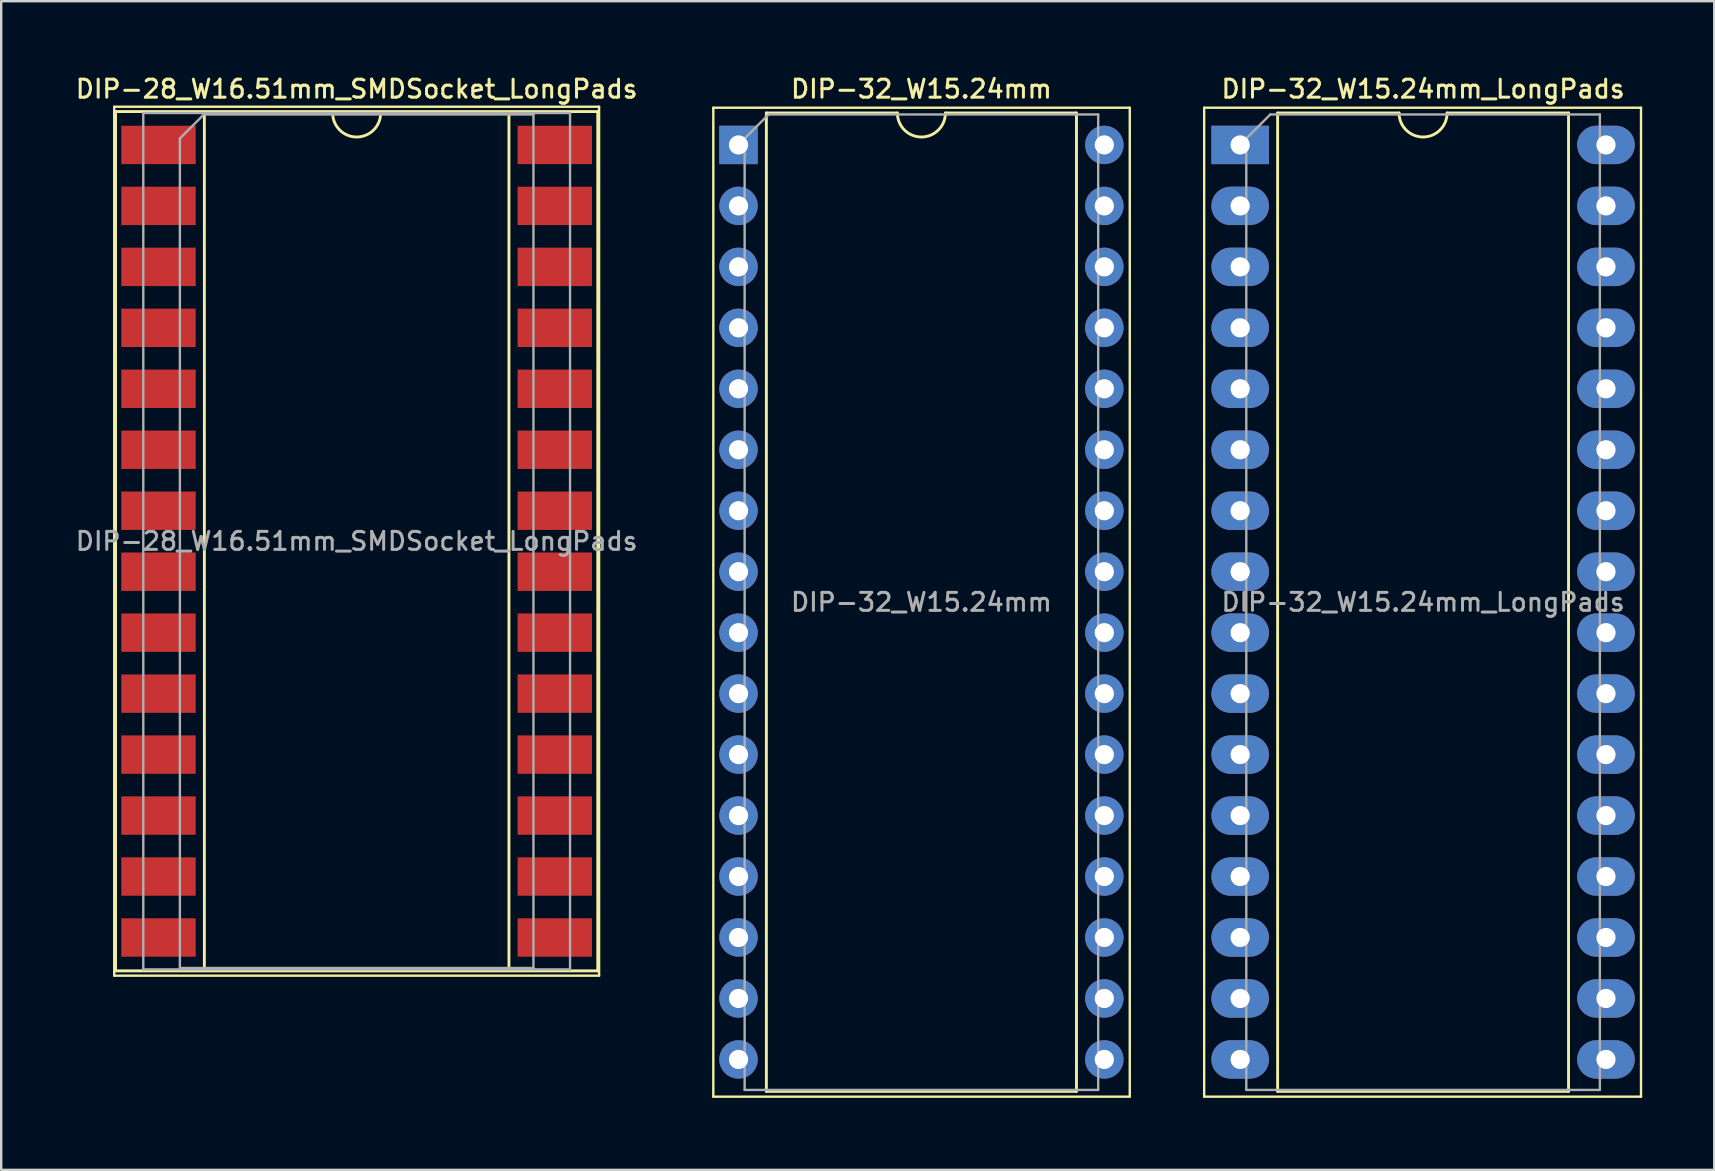
<source format=kicad_pcb>
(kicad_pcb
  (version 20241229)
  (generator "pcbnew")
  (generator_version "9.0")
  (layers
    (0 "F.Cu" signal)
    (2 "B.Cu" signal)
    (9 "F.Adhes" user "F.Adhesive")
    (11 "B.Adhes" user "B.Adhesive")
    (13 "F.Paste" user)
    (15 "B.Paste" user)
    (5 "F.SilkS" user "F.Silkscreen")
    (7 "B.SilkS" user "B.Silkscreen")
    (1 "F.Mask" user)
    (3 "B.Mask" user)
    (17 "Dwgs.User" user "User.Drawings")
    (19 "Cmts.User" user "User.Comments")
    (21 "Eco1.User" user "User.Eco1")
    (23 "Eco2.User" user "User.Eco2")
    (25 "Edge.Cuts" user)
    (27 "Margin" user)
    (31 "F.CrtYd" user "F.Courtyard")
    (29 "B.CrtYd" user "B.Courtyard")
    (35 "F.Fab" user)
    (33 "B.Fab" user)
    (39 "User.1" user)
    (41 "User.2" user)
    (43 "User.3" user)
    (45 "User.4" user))
  (footprint "DIP-28_W16.51mm_SMDSocket_LongPads"
    (layer "F.Cu")
    (at 11.809 19.498)
    (property "Reference" "DIP-28_W16.51mm_SMDSocket_LongPads" (at 0 -18.84 0) (layer "F.SilkS") (effects (font (size 0.75 0.75) (thickness 0.125))))
    (attr smd)
    (fp_line (start -10.1 -18.1) (end -10.1 18.1) (stroke (width 0.1) (type solid)) (layer "F.SilkS"))
    (fp_line (start -10.1 18.1) (end 10.1 18.1) (stroke (width 0.1) (type solid)) (layer "F.SilkS"))
    (fp_line (start -10.045 -17.9) (end -10.045 17.9) (stroke (width 0.12) (type solid)) (layer "F.SilkS"))
    (fp_line (start -10.045 17.9) (end 10.045 17.9) (stroke (width 0.12) (type solid)) (layer "F.SilkS"))
    (fp_line (start -6.345 -17.84) (end -6.345 17.84) (stroke (width 0.12) (type solid)) (layer "F.SilkS"))
    (fp_line (start -6.345 17.84) (end 6.345 17.84) (stroke (width 0.12) (type solid)) (layer "F.SilkS"))
    (fp_line (start -1 -17.84) (end -6.345 -17.84) (stroke (width 0.12) (type solid)) (layer "F.SilkS"))
    (fp_line (start 6.345 -17.84) (end 1 -17.84) (stroke (width 0.12) (type solid)) (layer "F.SilkS"))
    (fp_line (start 6.345 17.84) (end 6.345 -17.84) (stroke (width 0.12) (type solid)) (layer "F.SilkS"))
    (fp_line (start 10.045 -17.9) (end -10.045 -17.9) (stroke (width 0.12) (type solid)) (layer "F.SilkS"))
    (fp_line (start 10.045 17.9) (end 10.045 -17.9) (stroke (width 0.12) (type solid)) (layer "F.SilkS"))
    (fp_line (start 10.1 -18.1) (end -10.1 -18.1) (stroke (width 0.1) (type solid)) (layer "F.SilkS"))
    (fp_line (start 10.1 18.1) (end 10.1 -18.1) (stroke (width 0.1) (type solid)) (layer "F.SilkS"))
    (fp_arc (start 1 -17.84) (mid 0 -16.84) (end -1 -17.84) (stroke (width 0.12) (type solid)) (layer "F.SilkS"))
    (fp_line (start -8.89 -17.84) (end -8.89 17.84) (stroke (width 0.1) (type solid)) (layer "F.Fab"))
    (fp_line (start -8.89 17.84) (end 8.89 17.84) (stroke (width 0.1) (type solid)) (layer "F.Fab"))
    (fp_line (start -7.365 -16.78) (end -6.365 -17.78) (stroke (width 0.1) (type solid)) (layer "F.Fab"))
    (fp_line (start -7.365 17.78) (end -7.365 -16.78) (stroke (width 0.1) (type solid)) (layer "F.Fab"))
    (fp_line (start -6.365 -17.78) (end 7.365 -17.78) (stroke (width 0.1) (type solid)) (layer "F.Fab"))
    (fp_line (start 7.365 -17.78) (end 7.365 17.78) (stroke (width 0.1) (type solid)) (layer "F.Fab"))
    (fp_line (start 7.365 17.78) (end -7.365 17.78) (stroke (width 0.1) (type solid)) (layer "F.Fab"))
    (fp_line (start 8.89 -17.84) (end -8.89 -17.84) (stroke (width 0.1) (type solid)) (layer "F.Fab"))
    (fp_line (start 8.89 17.84) (end 8.89 -17.84) (stroke (width 0.1) (type solid)) (layer "F.Fab"))
    (fp_text user "${REFERENCE}" (at 0 0 0) (layer "F.Fab") (effects (font (size 0.75 0.75) (thickness 0.125))))
    (pad "1" smd rect (at -8.255 -16.51) (size 3.1 1.6) (layers "F.Cu" "F.Mask" "F.Paste"))
    (pad "2" smd rect (at -8.255 -13.97) (size 3.1 1.6) (layers "F.Cu" "F.Mask" "F.Paste"))
    (pad "3" smd rect (at -8.255 -11.43) (size 3.1 1.6) (layers "F.Cu" "F.Mask" "F.Paste"))
    (pad "4" smd rect (at -8.255 -8.89) (size 3.1 1.6) (layers "F.Cu" "F.Mask" "F.Paste"))
    (pad "5" smd rect (at -8.255 -6.35) (size 3.1 1.6) (layers "F.Cu" "F.Mask" "F.Paste"))
    (pad "6" smd rect (at -8.255 -3.81) (size 3.1 1.6) (layers "F.Cu" "F.Mask" "F.Paste"))
    (pad "7" smd rect (at -8.255 -1.27) (size 3.1 1.6) (layers "F.Cu" "F.Mask" "F.Paste"))
    (pad "8" smd rect (at -8.255 1.27) (size 3.1 1.6) (layers "F.Cu" "F.Mask" "F.Paste"))
    (pad "9" smd rect (at -8.255 3.81) (size 3.1 1.6) (layers "F.Cu" "F.Mask" "F.Paste"))
    (pad "10" smd rect (at -8.255 6.35) (size 3.1 1.6) (layers "F.Cu" "F.Mask" "F.Paste"))
    (pad "11" smd rect (at -8.255 8.89) (size 3.1 1.6) (layers "F.Cu" "F.Mask" "F.Paste"))
    (pad "12" smd rect (at -8.255 11.43) (size 3.1 1.6) (layers "F.Cu" "F.Mask" "F.Paste"))
    (pad "13" smd rect (at -8.255 13.97) (size 3.1 1.6) (layers "F.Cu" "F.Mask" "F.Paste"))
    (pad "14" smd rect (at -8.255 16.51) (size 3.1 1.6) (layers "F.Cu" "F.Mask" "F.Paste"))
    (pad "15" smd rect (at 8.255 16.51) (size 3.1 1.6) (layers "F.Cu" "F.Mask" "F.Paste"))
    (pad "16" smd rect (at 8.255 13.97) (size 3.1 1.6) (layers "F.Cu" "F.Mask" "F.Paste"))
    (pad "17" smd rect (at 8.255 11.43) (size 3.1 1.6) (layers "F.Cu" "F.Mask" "F.Paste"))
    (pad "18" smd rect (at 8.255 8.89) (size 3.1 1.6) (layers "F.Cu" "F.Mask" "F.Paste"))
    (pad "19" smd rect (at 8.255 6.35) (size 3.1 1.6) (layers "F.Cu" "F.Mask" "F.Paste"))
    (pad "20" smd rect (at 8.255 3.81) (size 3.1 1.6) (layers "F.Cu" "F.Mask" "F.Paste"))
    (pad "21" smd rect (at 8.255 1.27) (size 3.1 1.6) (layers "F.Cu" "F.Mask" "F.Paste"))
    (pad "22" smd rect (at 8.255 -1.27) (size 3.1 1.6) (layers "F.Cu" "F.Mask" "F.Paste"))
    (pad "23" smd rect (at 8.255 -3.81) (size 3.1 1.6) (layers "F.Cu" "F.Mask" "F.Paste"))
    (pad "24" smd rect (at 8.255 -6.35) (size 3.1 1.6) (layers "F.Cu" "F.Mask" "F.Paste"))
    (pad "25" smd rect (at 8.255 -8.89) (size 3.1 1.6) (layers "F.Cu" "F.Mask" "F.Paste"))
    (pad "26" smd rect (at 8.255 -11.43) (size 3.1 1.6) (layers "F.Cu" "F.Mask" "F.Paste"))
    (pad "27" smd rect (at 8.255 -13.97) (size 3.1 1.6) (layers "F.Cu" "F.Mask" "F.Paste"))
    (pad "28" smd rect (at 8.255 -16.51) (size 3.1 1.6) (layers "F.Cu" "F.Mask" "F.Paste")))
  (footprint "DIP-32_W15.24mm_LongPads"
    (layer "F.Cu")
    (at 48.618 2.988)
    (property "Reference" "DIP-32_W15.24mm_LongPads" (at 7.62 -2.33 0) (layer "F.SilkS") (effects (font (size 0.75 0.75) (thickness 0.125))))
    (attr through_hole)
    (fp_line (start -1.5 -1.55) (end -1.5 39.65) (stroke (width 0.1) (type solid)) (layer "F.SilkS"))
    (fp_line (start -1.5 39.65) (end 16.7 39.65) (stroke (width 0.1) (type solid)) (layer "F.SilkS"))
    (fp_line (start 1.56 -1.33) (end 1.56 39.43) (stroke (width 0.12) (type solid)) (layer "F.SilkS"))
    (fp_line (start 1.56 39.43) (end 13.68 39.43) (stroke (width 0.12) (type solid)) (layer "F.SilkS"))
    (fp_line (start 6.62 -1.33) (end 1.56 -1.33) (stroke (width 0.12) (type solid)) (layer "F.SilkS"))
    (fp_line (start 13.68 -1.33) (end 8.62 -1.33) (stroke (width 0.12) (type solid)) (layer "F.SilkS"))
    (fp_line (start 13.68 39.43) (end 13.68 -1.33) (stroke (width 0.12) (type solid)) (layer "F.SilkS"))
    (fp_line (start 16.7 -1.55) (end -1.5 -1.55) (stroke (width 0.1) (type solid)) (layer "F.SilkS"))
    (fp_line (start 16.7 39.65) (end 16.7 -1.55) (stroke (width 0.1) (type solid)) (layer "F.SilkS"))
    (fp_arc (start 8.62 -1.33) (mid 7.62 -0.33) (end 6.62 -1.33) (stroke (width 0.12) (type solid)) (layer "F.SilkS"))
    (fp_line (start 0.255 -0.27) (end 1.255 -1.27) (stroke (width 0.1) (type solid)) (layer "F.Fab"))
    (fp_line (start 0.255 39.37) (end 0.255 -0.27) (stroke (width 0.1) (type solid)) (layer "F.Fab"))
    (fp_line (start 1.255 -1.27) (end 14.985 -1.27) (stroke (width 0.1) (type solid)) (layer "F.Fab"))
    (fp_line (start 14.985 -1.27) (end 14.985 39.37) (stroke (width 0.1) (type solid)) (layer "F.Fab"))
    (fp_line (start 14.985 39.37) (end 0.255 39.37) (stroke (width 0.1) (type solid)) (layer "F.Fab"))
    (fp_text user "${REFERENCE}" (at 7.62 19.05 0) (layer "F.Fab") (effects (font (size 0.75 0.75) (thickness 0.125))))
    (pad "1" thru_hole rect (at 0 0) (size 2.4 1.6) (drill 0.8) (layers "*.Cu" "*.Mask"))
    (pad "2" thru_hole oval (at 0 2.54) (size 2.4 1.6) (drill 0.8) (layers "*.Cu" "*.Mask"))
    (pad "3" thru_hole oval (at 0 5.08) (size 2.4 1.6) (drill 0.8) (layers "*.Cu" "*.Mask"))
    (pad "4" thru_hole oval (at 0 7.62) (size 2.4 1.6) (drill 0.8) (layers "*.Cu" "*.Mask"))
    (pad "5" thru_hole oval (at 0 10.16) (size 2.4 1.6) (drill 0.8) (layers "*.Cu" "*.Mask"))
    (pad "6" thru_hole oval (at 0 12.7) (size 2.4 1.6) (drill 0.8) (layers "*.Cu" "*.Mask"))
    (pad "7" thru_hole oval (at 0 15.24) (size 2.4 1.6) (drill 0.8) (layers "*.Cu" "*.Mask"))
    (pad "8" thru_hole oval (at 0 17.78) (size 2.4 1.6) (drill 0.8) (layers "*.Cu" "*.Mask"))
    (pad "9" thru_hole oval (at 0 20.32) (size 2.4 1.6) (drill 0.8) (layers "*.Cu" "*.Mask"))
    (pad "10" thru_hole oval (at 0 22.86) (size 2.4 1.6) (drill 0.8) (layers "*.Cu" "*.Mask"))
    (pad "11" thru_hole oval (at 0 25.4) (size 2.4 1.6) (drill 0.8) (layers "*.Cu" "*.Mask"))
    (pad "12" thru_hole oval (at 0 27.94) (size 2.4 1.6) (drill 0.8) (layers "*.Cu" "*.Mask"))
    (pad "13" thru_hole oval (at 0 30.48) (size 2.4 1.6) (drill 0.8) (layers "*.Cu" "*.Mask"))
    (pad "14" thru_hole oval (at 0 33.02) (size 2.4 1.6) (drill 0.8) (layers "*.Cu" "*.Mask"))
    (pad "15" thru_hole oval (at 0 35.56) (size 2.4 1.6) (drill 0.8) (layers "*.Cu" "*.Mask"))
    (pad "16" thru_hole oval (at 0 38.1) (size 2.4 1.6) (drill 0.8) (layers "*.Cu" "*.Mask"))
    (pad "17" thru_hole oval (at 15.24 38.1) (size 2.4 1.6) (drill 0.8) (layers "*.Cu" "*.Mask"))
    (pad "18" thru_hole oval (at 15.24 35.56) (size 2.4 1.6) (drill 0.8) (layers "*.Cu" "*.Mask"))
    (pad "19" thru_hole oval (at 15.24 33.02) (size 2.4 1.6) (drill 0.8) (layers "*.Cu" "*.Mask"))
    (pad "20" thru_hole oval (at 15.24 30.48) (size 2.4 1.6) (drill 0.8) (layers "*.Cu" "*.Mask"))
    (pad "21" thru_hole oval (at 15.24 27.94) (size 2.4 1.6) (drill 0.8) (layers "*.Cu" "*.Mask"))
    (pad "22" thru_hole oval (at 15.24 25.4) (size 2.4 1.6) (drill 0.8) (layers "*.Cu" "*.Mask"))
    (pad "23" thru_hole oval (at 15.24 22.86) (size 2.4 1.6) (drill 0.8) (layers "*.Cu" "*.Mask"))
    (pad "24" thru_hole oval (at 15.24 20.32) (size 2.4 1.6) (drill 0.8) (layers "*.Cu" "*.Mask"))
    (pad "25" thru_hole oval (at 15.24 17.78) (size 2.4 1.6) (drill 0.8) (layers "*.Cu" "*.Mask"))
    (pad "26" thru_hole oval (at 15.24 15.24) (size 2.4 1.6) (drill 0.8) (layers "*.Cu" "*.Mask"))
    (pad "27" thru_hole oval (at 15.24 12.7) (size 2.4 1.6) (drill 0.8) (layers "*.Cu" "*.Mask"))
    (pad "28" thru_hole oval (at 15.24 10.16) (size 2.4 1.6) (drill 0.8) (layers "*.Cu" "*.Mask"))
    (pad "29" thru_hole oval (at 15.24 7.62) (size 2.4 1.6) (drill 0.8) (layers "*.Cu" "*.Mask"))
    (pad "30" thru_hole oval (at 15.24 5.08) (size 2.4 1.6) (drill 0.8) (layers "*.Cu" "*.Mask"))
    (pad "31" thru_hole oval (at 15.24 2.54) (size 2.4 1.6) (drill 0.8) (layers "*.Cu" "*.Mask"))
    (pad "32" thru_hole oval (at 15.24 0) (size 2.4 1.6) (drill 0.8) (layers "*.Cu" "*.Mask")))
  (footprint "DIP-32_W15.24mm"
    (layer "F.Cu")
    (at 27.718 2.988)
    (property "Reference" "DIP-32_W15.24mm" (at 7.62 -2.33 0) (layer "F.SilkS") (effects (font (size 0.75 0.75) (thickness 0.125))))
    (attr through_hole)
    (fp_line (start -1.05 -1.55) (end -1.05 39.65) (stroke (width 0.1) (type solid)) (layer "F.SilkS"))
    (fp_line (start -1.05 39.65) (end 16.3 39.65) (stroke (width 0.1) (type solid)) (layer "F.SilkS"))
    (fp_line (start 1.16 -1.33) (end 1.16 39.43) (stroke (width 0.12) (type solid)) (layer "F.SilkS"))
    (fp_line (start 1.16 39.43) (end 14.08 39.43) (stroke (width 0.12) (type solid)) (layer "F.SilkS"))
    (fp_line (start 6.62 -1.33) (end 1.16 -1.33) (stroke (width 0.12) (type solid)) (layer "F.SilkS"))
    (fp_line (start 14.08 -1.33) (end 8.62 -1.33) (stroke (width 0.12) (type solid)) (layer "F.SilkS"))
    (fp_line (start 14.08 39.43) (end 14.08 -1.33) (stroke (width 0.12) (type solid)) (layer "F.SilkS"))
    (fp_line (start 16.3 -1.55) (end -1.05 -1.55) (stroke (width 0.1) (type solid)) (layer "F.SilkS"))
    (fp_line (start 16.3 39.65) (end 16.3 -1.55) (stroke (width 0.1) (type solid)) (layer "F.SilkS"))
    (fp_arc (start 8.62 -1.33) (mid 7.62 -0.33) (end 6.62 -1.33) (stroke (width 0.12) (type solid)) (layer "F.SilkS"))
    (fp_line (start 0.255 -0.27) (end 1.255 -1.27) (stroke (width 0.1) (type solid)) (layer "F.Fab"))
    (fp_line (start 0.255 39.37) (end 0.255 -0.27) (stroke (width 0.1) (type solid)) (layer "F.Fab"))
    (fp_line (start 1.255 -1.27) (end 14.985 -1.27) (stroke (width 0.1) (type solid)) (layer "F.Fab"))
    (fp_line (start 14.985 -1.27) (end 14.985 39.37) (stroke (width 0.1) (type solid)) (layer "F.Fab"))
    (fp_line (start 14.985 39.37) (end 0.255 39.37) (stroke (width 0.1) (type solid)) (layer "F.Fab"))
    (fp_text user "${REFERENCE}" (at 7.62 19.05 0) (layer "F.Fab") (effects (font (size 0.75 0.75) (thickness 0.125))))
    (pad "1" thru_hole rect (at 0 0) (size 1.6 1.6) (drill 0.8) (layers "*.Cu" "*.Mask"))
    (pad "2" thru_hole oval (at 0 2.54) (size 1.6 1.6) (drill 0.8) (layers "*.Cu" "*.Mask"))
    (pad "3" thru_hole oval (at 0 5.08) (size 1.6 1.6) (drill 0.8) (layers "*.Cu" "*.Mask"))
    (pad "4" thru_hole oval (at 0 7.62) (size 1.6 1.6) (drill 0.8) (layers "*.Cu" "*.Mask"))
    (pad "5" thru_hole oval (at 0 10.16) (size 1.6 1.6) (drill 0.8) (layers "*.Cu" "*.Mask"))
    (pad "6" thru_hole oval (at 0 12.7) (size 1.6 1.6) (drill 0.8) (layers "*.Cu" "*.Mask"))
    (pad "7" thru_hole oval (at 0 15.24) (size 1.6 1.6) (drill 0.8) (layers "*.Cu" "*.Mask"))
    (pad "8" thru_hole oval (at 0 17.78) (size 1.6 1.6) (drill 0.8) (layers "*.Cu" "*.Mask"))
    (pad "9" thru_hole oval (at 0 20.32) (size 1.6 1.6) (drill 0.8) (layers "*.Cu" "*.Mask"))
    (pad "10" thru_hole oval (at 0 22.86) (size 1.6 1.6) (drill 0.8) (layers "*.Cu" "*.Mask"))
    (pad "11" thru_hole oval (at 0 25.4) (size 1.6 1.6) (drill 0.8) (layers "*.Cu" "*.Mask"))
    (pad "12" thru_hole oval (at 0 27.94) (size 1.6 1.6) (drill 0.8) (layers "*.Cu" "*.Mask"))
    (pad "13" thru_hole oval (at 0 30.48) (size 1.6 1.6) (drill 0.8) (layers "*.Cu" "*.Mask"))
    (pad "14" thru_hole oval (at 0 33.02) (size 1.6 1.6) (drill 0.8) (layers "*.Cu" "*.Mask"))
    (pad "15" thru_hole oval (at 0 35.56) (size 1.6 1.6) (drill 0.8) (layers "*.Cu" "*.Mask"))
    (pad "16" thru_hole oval (at 0 38.1) (size 1.6 1.6) (drill 0.8) (layers "*.Cu" "*.Mask"))
    (pad "17" thru_hole oval (at 15.24 38.1) (size 1.6 1.6) (drill 0.8) (layers "*.Cu" "*.Mask"))
    (pad "18" thru_hole oval (at 15.24 35.56) (size 1.6 1.6) (drill 0.8) (layers "*.Cu" "*.Mask"))
    (pad "19" thru_hole oval (at 15.24 33.02) (size 1.6 1.6) (drill 0.8) (layers "*.Cu" "*.Mask"))
    (pad "20" thru_hole oval (at 15.24 30.48) (size 1.6 1.6) (drill 0.8) (layers "*.Cu" "*.Mask"))
    (pad "21" thru_hole oval (at 15.24 27.94) (size 1.6 1.6) (drill 0.8) (layers "*.Cu" "*.Mask"))
    (pad "22" thru_hole oval (at 15.24 25.4) (size 1.6 1.6) (drill 0.8) (layers "*.Cu" "*.Mask"))
    (pad "23" thru_hole oval (at 15.24 22.86) (size 1.6 1.6) (drill 0.8) (layers "*.Cu" "*.Mask"))
    (pad "24" thru_hole oval (at 15.24 20.32) (size 1.6 1.6) (drill 0.8) (layers "*.Cu" "*.Mask"))
    (pad "25" thru_hole oval (at 15.24 17.78) (size 1.6 1.6) (drill 0.8) (layers "*.Cu" "*.Mask"))
    (pad "26" thru_hole oval (at 15.24 15.24) (size 1.6 1.6) (drill 0.8) (layers "*.Cu" "*.Mask"))
    (pad "27" thru_hole oval (at 15.24 12.7) (size 1.6 1.6) (drill 0.8) (layers "*.Cu" "*.Mask"))
    (pad "28" thru_hole oval (at 15.24 10.16) (size 1.6 1.6) (drill 0.8) (layers "*.Cu" "*.Mask"))
    (pad "29" thru_hole oval (at 15.24 7.62) (size 1.6 1.6) (drill 0.8) (layers "*.Cu" "*.Mask"))
    (pad "30" thru_hole oval (at 15.24 5.08) (size 1.6 1.6) (drill 0.8) (layers "*.Cu" "*.Mask"))
    (pad "31" thru_hole oval (at 15.24 2.54) (size 1.6 1.6) (drill 0.8) (layers "*.Cu" "*.Mask"))
    (pad "32" thru_hole oval (at 15.24 0) (size 1.6 1.6) (drill 0.8) (layers "*.Cu" "*.Mask")))
  (gr_rect
    (start -3 -3)
    (end 68.368 45.688)
    (stroke (width 0.1) (type default))
    (fill no)
    (layer "Edge.Cuts")))
</source>
